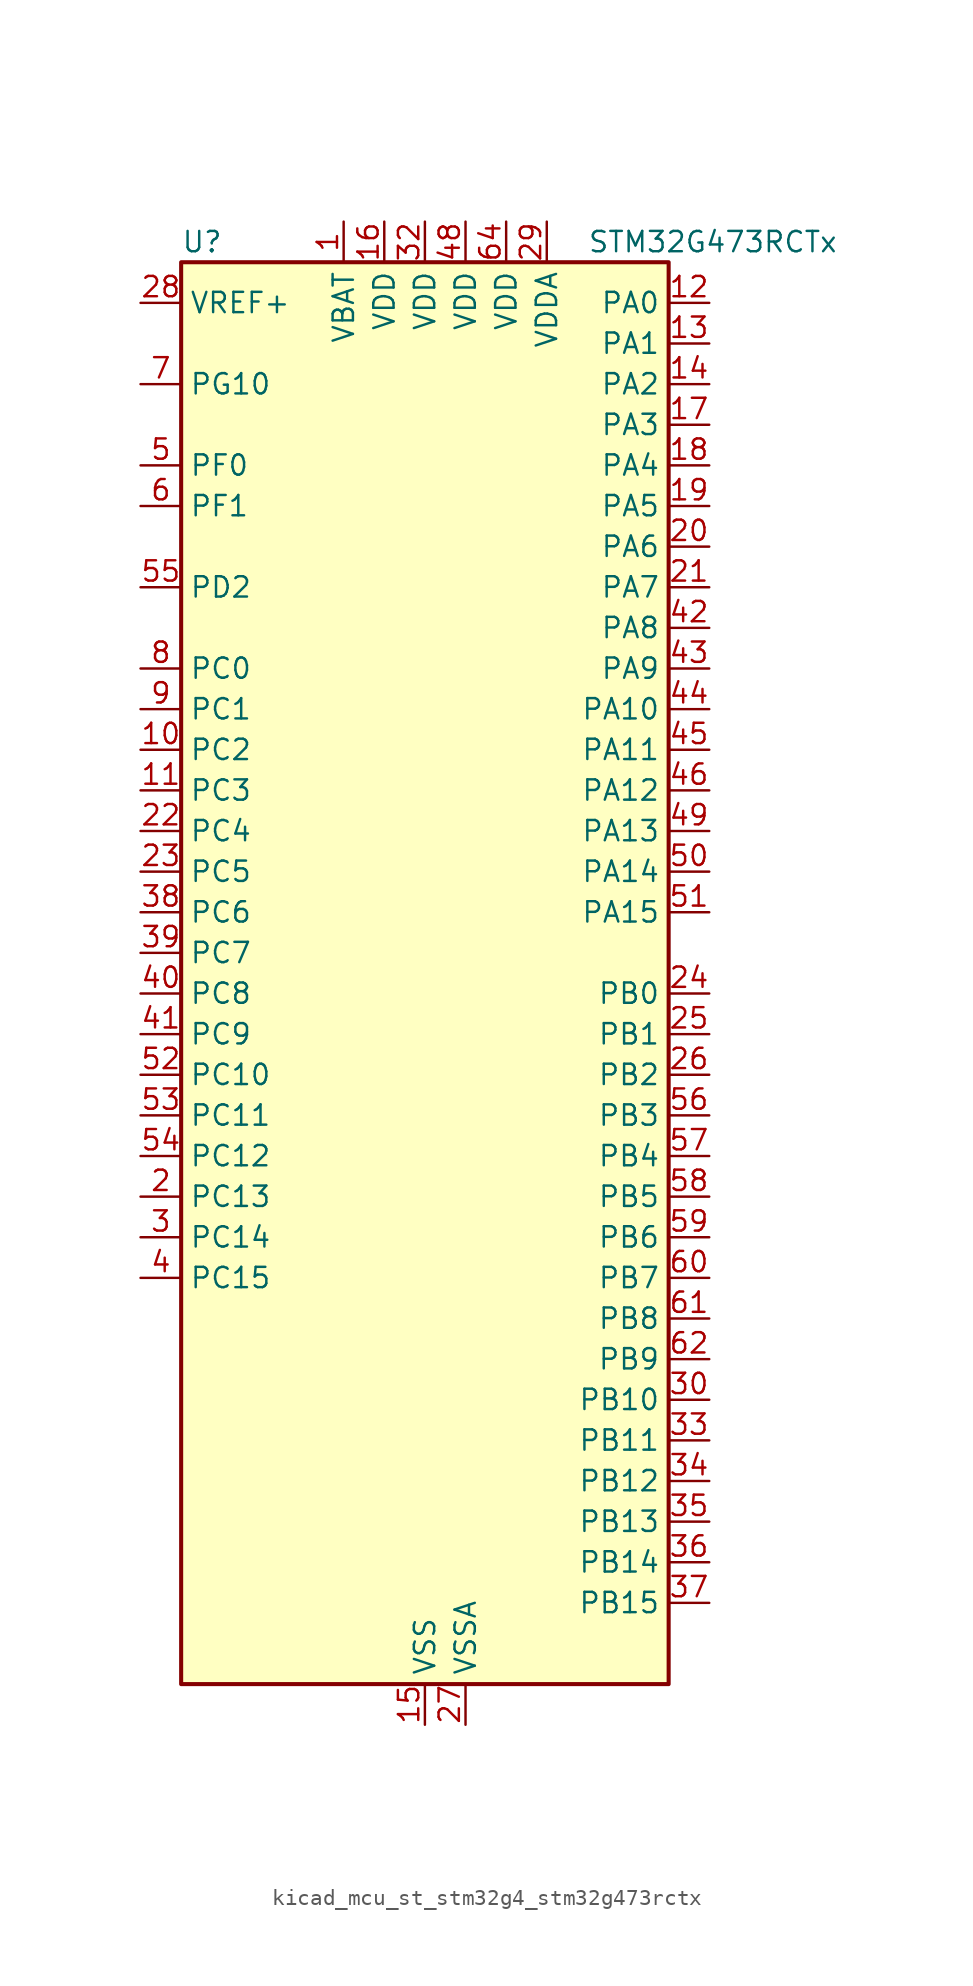
<source format=kicad_sym>
(kicad_symbol_lib
  (version 20220914)
  (generator kicad_symbol_editor)
  (symbol "kicad_mcu_st_stm32g4_stm32g473rctx"
    (property "Reference" "U"
      (at -15.24 46.99 0)
      (effects (font (size 1.27 1.27)) (justify left)))
    (property "Value" "STM32G473RCTx"
      (at 10.16 46.99 0)
      (effects (font (size 1.27 1.27)) (justify left)))
    (property "ki_locked" ""
      (at 0 0 0)
      (effects (font (size 1.27 1.27))))
    (symbol "kicad_mcu_st_stm32g4_stm32g473rctx_0_1"
      (rectangle (start -15.24 -43.18) (end 15.24 45.72) (stroke (width 0.254) (type default)) (fill (type background))))
    (symbol "kicad_mcu_st_stm32g4_stm32g473rctx_1_1"
      (pin power_in line (at -5.08 48.26 270) (length 2.54) (name "VBAT" (effects (font (size 1.27 1.27)))) (number "1" (effects (font (size 1.27 1.27)))))
      (pin bidirectional line (at -17.78 15.24 0) (length 2.54) (name "PC2" (effects (font (size 1.27 1.27)))) (number "10" (effects (font (size 1.27 1.27)))) (alternate "ADC1_IN8" bidirectional line) (alternate "ADC2_IN8" bidirectional line) (alternate "ADC3_EXTI2" bidirectional line) (alternate "ADC4_EXTI2" bidirectional line) (alternate "ADC5_EXTI2" bidirectional line) (alternate "COMP3_OUT" bidirectional line) (alternate "LPTIM1_IN2" bidirectional line) (alternate "QUADSPI1_BK2_IO1" bidirectional line) (alternate "TIM1_CH3" bidirectional line) (alternate "TIM20_CH2" bidirectional line))
      (pin bidirectional line (at -17.78 12.7 0) (length 2.54) (name "PC3" (effects (font (size 1.27 1.27)))) (number "11" (effects (font (size 1.27 1.27)))) (alternate "ADC1_IN9" bidirectional line) (alternate "ADC2_IN9" bidirectional line) (alternate "ADC3_EXTI3" bidirectional line) (alternate "ADC4_EXTI3" bidirectional line) (alternate "ADC5_EXTI3" bidirectional line) (alternate "LPTIM1_ETR" bidirectional line) (alternate "OPAMP5_VINP" bidirectional line) (alternate "OPAMP5_VINP_SEC" bidirectional line) (alternate "QUADSPI1_BK2_IO2" bidirectional line) (alternate "SAI1_D1" bidirectional line) (alternate "SAI1_SD_A" bidirectional line) (alternate "TIM1_BKIN2" bidirectional line) (alternate "TIM1_CH4" bidirectional line))
      (pin bidirectional line (at 17.78 43.18 180) (length 2.54) (name "PA0" (effects (font (size 1.27 1.27)))) (number "12" (effects (font (size 1.27 1.27)))) (alternate "ADC1_IN1" bidirectional line) (alternate "ADC2_IN1" bidirectional line) (alternate "COMP1_INM" bidirectional line) (alternate "COMP1_OUT" bidirectional line) (alternate "COMP3_INP" bidirectional line) (alternate "RTC_TAMP2" bidirectional line) (alternate "SYS_WKUP1" bidirectional line) (alternate "TIM2_CH1" bidirectional line) (alternate "TIM2_ETR" bidirectional line) (alternate "TIM5_CH1" bidirectional line) (alternate "TIM8_BKIN" bidirectional line) (alternate "TIM8_ETR" bidirectional line) (alternate "USART2_CTS" bidirectional line) (alternate "USART2_NSS" bidirectional line))
      (pin bidirectional line (at 17.78 40.64 180) (length 2.54) (name "PA1" (effects (font (size 1.27 1.27)))) (number "13" (effects (font (size 1.27 1.27)))) (alternate "ADC1_IN2" bidirectional line) (alternate "ADC2_IN2" bidirectional line) (alternate "COMP1_INP" bidirectional line) (alternate "OPAMP1_VINP" bidirectional line) (alternate "OPAMP1_VINP_SEC" bidirectional line) (alternate "OPAMP3_VINP" bidirectional line) (alternate "OPAMP3_VINP_SEC" bidirectional line) (alternate "OPAMP6_VINM" bidirectional line) (alternate "OPAMP6_VINM0" bidirectional line) (alternate "OPAMP6_VINM_SEC" bidirectional line) (alternate "RTC_REFIN" bidirectional line) (alternate "TIM15_CH1N" bidirectional line) (alternate "TIM2_CH2" bidirectional line) (alternate "TIM5_CH2" bidirectional line) (alternate "USART2_DE" bidirectional line) (alternate "USART2_RTS" bidirectional line))
      (pin bidirectional line (at 17.78 38.1 180) (length 2.54) (name "PA2" (effects (font (size 1.27 1.27)))) (number "14" (effects (font (size 1.27 1.27)))) (alternate "ADC1_IN3" bidirectional line) (alternate "ADC3_EXTI2" bidirectional line) (alternate "ADC4_EXTI2" bidirectional line) (alternate "ADC5_EXTI2" bidirectional line) (alternate "COMP2_INM" bidirectional line) (alternate "COMP2_OUT" bidirectional line) (alternate "LPUART1_TX" bidirectional line) (alternate "OPAMP1_VOUT" bidirectional line) (alternate "QUADSPI1_BK1_NCS" bidirectional line) (alternate "RCC_LSCO" bidirectional line) (alternate "SYS_WKUP4" bidirectional line) (alternate "TIM15_CH1" bidirectional line) (alternate "TIM2_CH3" bidirectional line) (alternate "TIM5_CH3" bidirectional line) (alternate "UCPD1_FRSTX1" bidirectional line) (alternate "UCPD1_FRSTX2" bidirectional line) (alternate "USART2_TX" bidirectional line))
      (pin power_in line (at 0 -45.72 90) (length 2.54) (name "VSS" (effects (font (size 1.27 1.27)))) (number "15" (effects (font (size 1.27 1.27)))))
      (pin power_in line (at -2.54 48.26 270) (length 2.54) (name "VDD" (effects (font (size 1.27 1.27)))) (number "16" (effects (font (size 1.27 1.27)))))
      (pin bidirectional line (at 17.78 35.56 180) (length 2.54) (name "PA3" (effects (font (size 1.27 1.27)))) (number "17" (effects (font (size 1.27 1.27)))) (alternate "ADC1_IN4" bidirectional line) (alternate "ADC3_EXTI3" bidirectional line) (alternate "ADC4_EXTI3" bidirectional line) (alternate "ADC5_EXTI3" bidirectional line) (alternate "COMP2_INP" bidirectional line) (alternate "LPUART1_RX" bidirectional line) (alternate "OPAMP1_VINM" bidirectional line) (alternate "OPAMP1_VINM0" bidirectional line) (alternate "OPAMP1_VINM_SEC" bidirectional line) (alternate "OPAMP1_VINP" bidirectional line) (alternate "OPAMP1_VINP_SEC" bidirectional line) (alternate "OPAMP5_VINM" bidirectional line) (alternate "OPAMP5_VINM1" bidirectional line) (alternate "OPAMP5_VINM_SEC" bidirectional line) (alternate "QUADSPI1_CLK" bidirectional line) (alternate "SAI1_CK1" bidirectional line) (alternate "SAI1_MCLK_A" bidirectional line) (alternate "TIM15_CH2" bidirectional line) (alternate "TIM2_CH4" bidirectional line) (alternate "TIM5_CH4" bidirectional line) (alternate "USART2_RX" bidirectional line))
      (pin bidirectional line (at 17.78 33.02 180) (length 2.54) (name "PA4" (effects (font (size 1.27 1.27)))) (number "18" (effects (font (size 1.27 1.27)))) (alternate "ADC2_IN17" bidirectional line) (alternate "COMP1_INM" bidirectional line) (alternate "DAC1_OUT1" bidirectional line) (alternate "I2S3_WS" bidirectional line) (alternate "SAI1_FS_B" bidirectional line) (alternate "SPI1_NSS" bidirectional line) (alternate "SPI3_NSS" bidirectional line) (alternate "TIM3_CH2" bidirectional line) (alternate "USART2_CK" bidirectional line))
      (pin bidirectional line (at 17.78 30.48 180) (length 2.54) (name "PA5" (effects (font (size 1.27 1.27)))) (number "19" (effects (font (size 1.27 1.27)))) (alternate "ADC2_IN13" bidirectional line) (alternate "COMP2_INM" bidirectional line) (alternate "DAC1_OUT2" bidirectional line) (alternate "OPAMP2_VINM" bidirectional line) (alternate "OPAMP2_VINM0" bidirectional line) (alternate "OPAMP2_VINM_SEC" bidirectional line) (alternate "SPI1_SCK" bidirectional line) (alternate "TIM2_CH1" bidirectional line) (alternate "TIM2_ETR" bidirectional line) (alternate "UCPD1_FRSTX1" bidirectional line) (alternate "UCPD1_FRSTX2" bidirectional line))
      (pin bidirectional line (at -17.78 -12.7 0) (length 2.54) (name "PC13" (effects (font (size 1.27 1.27)))) (number "2" (effects (font (size 1.27 1.27)))) (alternate "RTC_OUT1" bidirectional line) (alternate "RTC_TAMP1" bidirectional line) (alternate "RTC_TS" bidirectional line) (alternate "SYS_WKUP2" bidirectional line) (alternate "TIM1_BKIN" bidirectional line) (alternate "TIM1_CH1N" bidirectional line) (alternate "TIM8_CH4N" bidirectional line))
      (pin bidirectional line (at 17.78 27.94 180) (length 2.54) (name "PA6" (effects (font (size 1.27 1.27)))) (number "20" (effects (font (size 1.27 1.27)))) (alternate "ADC2_IN3" bidirectional line) (alternate "COMP1_OUT" bidirectional line) (alternate "DAC2_OUT1" bidirectional line) (alternate "LPUART1_CTS" bidirectional line) (alternate "OPAMP2_VOUT" bidirectional line) (alternate "QUADSPI1_BK1_IO3" bidirectional line) (alternate "SPI1_MISO" bidirectional line) (alternate "TIM16_CH1" bidirectional line) (alternate "TIM1_BKIN" bidirectional line) (alternate "TIM3_CH1" bidirectional line) (alternate "TIM8_BKIN" bidirectional line))
      (pin bidirectional line (at 17.78 25.4 180) (length 2.54) (name "PA7" (effects (font (size 1.27 1.27)))) (number "21" (effects (font (size 1.27 1.27)))) (alternate "ADC2_IN4" bidirectional line) (alternate "COMP2_INP" bidirectional line) (alternate "COMP2_OUT" bidirectional line) (alternate "OPAMP1_VINP" bidirectional line) (alternate "OPAMP1_VINP_SEC" bidirectional line) (alternate "OPAMP2_VINP" bidirectional line) (alternate "OPAMP2_VINP_SEC" bidirectional line) (alternate "QUADSPI1_BK1_IO2" bidirectional line) (alternate "SPI1_MOSI" bidirectional line) (alternate "TIM17_CH1" bidirectional line) (alternate "TIM1_CH1N" bidirectional line) (alternate "TIM3_CH2" bidirectional line) (alternate "TIM8_CH1N" bidirectional line) (alternate "UCPD1_FRSTX1" bidirectional line) (alternate "UCPD1_FRSTX2" bidirectional line))
      (pin bidirectional line (at -17.78 10.16 0) (length 2.54) (name "PC4" (effects (font (size 1.27 1.27)))) (number "22" (effects (font (size 1.27 1.27)))) (alternate "ADC2_IN5" bidirectional line) (alternate "I2C2_SCL" bidirectional line) (alternate "QUADSPI1_BK2_IO3" bidirectional line) (alternate "TIM1_ETR" bidirectional line) (alternate "USART1_TX" bidirectional line))
      (pin bidirectional line (at -17.78 7.62 0) (length 2.54) (name "PC5" (effects (font (size 1.27 1.27)))) (number "23" (effects (font (size 1.27 1.27)))) (alternate "ADC2_IN11" bidirectional line) (alternate "OPAMP1_VINM" bidirectional line) (alternate "OPAMP1_VINM1" bidirectional line) (alternate "OPAMP1_VINM_SEC" bidirectional line) (alternate "OPAMP2_VINM" bidirectional line) (alternate "OPAMP2_VINM1" bidirectional line) (alternate "OPAMP2_VINM_SEC" bidirectional line) (alternate "SAI1_D3" bidirectional line) (alternate "SYS_WKUP5" bidirectional line) (alternate "TIM15_BKIN" bidirectional line) (alternate "TIM1_CH4N" bidirectional line) (alternate "USART1_RX" bidirectional line))
      (pin bidirectional line (at 17.78 0 180) (length 2.54) (name "PB0" (effects (font (size 1.27 1.27)))) (number "24" (effects (font (size 1.27 1.27)))) (alternate "ADC1_IN15" bidirectional line) (alternate "ADC3_IN12" bidirectional line) (alternate "COMP4_INP" bidirectional line) (alternate "OPAMP2_VINP" bidirectional line) (alternate "OPAMP2_VINP_SEC" bidirectional line) (alternate "OPAMP3_VINP" bidirectional line) (alternate "OPAMP3_VINP_SEC" bidirectional line) (alternate "QUADSPI1_BK1_IO1" bidirectional line) (alternate "TIM1_CH2N" bidirectional line) (alternate "TIM3_CH3" bidirectional line) (alternate "TIM8_CH2N" bidirectional line) (alternate "UCPD1_FRSTX1" bidirectional line) (alternate "UCPD1_FRSTX2" bidirectional line))
      (pin bidirectional line (at 17.78 -2.54 180) (length 2.54) (name "PB1" (effects (font (size 1.27 1.27)))) (number "25" (effects (font (size 1.27 1.27)))) (alternate "ADC1_IN12" bidirectional line) (alternate "ADC3_IN1" bidirectional line) (alternate "COMP1_INP" bidirectional line) (alternate "COMP4_OUT" bidirectional line) (alternate "LPUART1_DE" bidirectional line) (alternate "LPUART1_RTS" bidirectional line) (alternate "OPAMP3_VOUT" bidirectional line) (alternate "OPAMP6_VINM" bidirectional line) (alternate "OPAMP6_VINM1" bidirectional line) (alternate "OPAMP6_VINM_SEC" bidirectional line) (alternate "QUADSPI1_BK1_IO0" bidirectional line) (alternate "TIM1_CH3N" bidirectional line) (alternate "TIM3_CH4" bidirectional line) (alternate "TIM8_CH3N" bidirectional line))
      (pin bidirectional line (at 17.78 -5.08 180) (length 2.54) (name "PB2" (effects (font (size 1.27 1.27)))) (number "26" (effects (font (size 1.27 1.27)))) (alternate "ADC2_IN12" bidirectional line) (alternate "ADC3_EXTI2" bidirectional line) (alternate "ADC4_EXTI2" bidirectional line) (alternate "ADC5_EXTI2" bidirectional line) (alternate "COMP4_INM" bidirectional line) (alternate "I2C3_SMBA" bidirectional line) (alternate "LPTIM1_OUT" bidirectional line) (alternate "OPAMP3_VINM" bidirectional line) (alternate "OPAMP3_VINM0" bidirectional line) (alternate "OPAMP3_VINM_SEC" bidirectional line) (alternate "QUADSPI1_BK2_IO1" bidirectional line) (alternate "RTC_OUT2" bidirectional line) (alternate "TIM20_CH1" bidirectional line) (alternate "TIM5_CH1" bidirectional line))
      (pin power_in line (at 2.54 -45.72 90) (length 2.54) (name "VSSA" (effects (font (size 1.27 1.27)))) (number "27" (effects (font (size 1.27 1.27)))))
      (pin input line (at -17.78 43.18 0) (length 2.54) (name "VREF+" (effects (font (size 1.27 1.27)))) (number "28" (effects (font (size 1.27 1.27)))) (alternate "VREFBUF_OUT" bidirectional line))
      (pin power_in line (at 7.62 48.26 270) (length 2.54) (name "VDDA" (effects (font (size 1.27 1.27)))) (number "29" (effects (font (size 1.27 1.27)))))
      (pin bidirectional line (at -17.78 -15.24 0) (length 2.54) (name "PC14" (effects (font (size 1.27 1.27)))) (number "3" (effects (font (size 1.27 1.27)))) (alternate "RCC_OSC32_IN" bidirectional line))
      (pin bidirectional line (at 17.78 -25.4 180) (length 2.54) (name "PB10" (effects (font (size 1.27 1.27)))) (number "30" (effects (font (size 1.27 1.27)))) (alternate "COMP5_INM" bidirectional line) (alternate "DAC1_EXTI10" bidirectional line) (alternate "DAC2_EXTI10" bidirectional line) (alternate "DAC3_EXTI10" bidirectional line) (alternate "DAC4_EXTI10" bidirectional line) (alternate "LPUART1_RX" bidirectional line) (alternate "OPAMP3_VINM" bidirectional line) (alternate "OPAMP3_VINM1" bidirectional line) (alternate "OPAMP3_VINM_SEC" bidirectional line) (alternate "OPAMP4_VINM" bidirectional line) (alternate "OPAMP4_VINM0" bidirectional line) (alternate "OPAMP4_VINM_SEC" bidirectional line) (alternate "QUADSPI1_CLK" bidirectional line) (alternate "SAI1_SCK_A" bidirectional line) (alternate "TIM1_BKIN" bidirectional line) (alternate "TIM2_CH3" bidirectional line) (alternate "USART3_TX" bidirectional line))
      (pin passive line (at 0 -45.72 90) (length 2.54) hide (name "VSS" (effects (font (size 1.27 1.27)))) (number "31" (effects (font (size 1.27 1.27)))))
      (pin power_in line (at 0 48.26 270) (length 2.54) (name "VDD" (effects (font (size 1.27 1.27)))) (number "32" (effects (font (size 1.27 1.27)))))
      (pin bidirectional line (at 17.78 -27.94 180) (length 2.54) (name "PB11" (effects (font (size 1.27 1.27)))) (number "33" (effects (font (size 1.27 1.27)))) (alternate "ADC1_EXTI11" bidirectional line) (alternate "ADC1_IN14" bidirectional line) (alternate "ADC2_EXTI11" bidirectional line) (alternate "ADC2_IN14" bidirectional line) (alternate "COMP6_INP" bidirectional line) (alternate "LPUART1_TX" bidirectional line) (alternate "OPAMP4_VINP" bidirectional line) (alternate "OPAMP4_VINP_SEC" bidirectional line) (alternate "OPAMP6_VOUT" bidirectional line) (alternate "QUADSPI1_BK1_NCS" bidirectional line) (alternate "TIM2_CH4" bidirectional line) (alternate "USART3_RX" bidirectional line))
      (pin bidirectional line (at 17.78 -30.48 180) (length 2.54) (name "PB12" (effects (font (size 1.27 1.27)))) (number "34" (effects (font (size 1.27 1.27)))) (alternate "ADC1_IN11" bidirectional line) (alternate "ADC4_IN3" bidirectional line) (alternate "COMP7_INM" bidirectional line) (alternate "FDCAN2_RX" bidirectional line) (alternate "I2C2_SMBA" bidirectional line) (alternate "I2S2_WS" bidirectional line) (alternate "LPUART1_DE" bidirectional line) (alternate "LPUART1_RTS" bidirectional line) (alternate "OPAMP4_VOUT" bidirectional line) (alternate "OPAMP6_VINP" bidirectional line) (alternate "OPAMP6_VINP_SEC" bidirectional line) (alternate "SPI2_NSS" bidirectional line) (alternate "TIM1_BKIN" bidirectional line) (alternate "TIM5_ETR" bidirectional line) (alternate "USART3_CK" bidirectional line))
      (pin bidirectional line (at 17.78 -33.02 180) (length 2.54) (name "PB13" (effects (font (size 1.27 1.27)))) (number "35" (effects (font (size 1.27 1.27)))) (alternate "ADC3_IN5" bidirectional line) (alternate "COMP5_INP" bidirectional line) (alternate "FDCAN2_TX" bidirectional line) (alternate "I2S2_CK" bidirectional line) (alternate "LPUART1_CTS" bidirectional line) (alternate "OPAMP3_VINP" bidirectional line) (alternate "OPAMP3_VINP_SEC" bidirectional line) (alternate "OPAMP4_VINP" bidirectional line) (alternate "OPAMP4_VINP_SEC" bidirectional line) (alternate "OPAMP6_VINP" bidirectional line) (alternate "OPAMP6_VINP_SEC" bidirectional line) (alternate "SPI2_SCK" bidirectional line) (alternate "TIM1_CH1N" bidirectional line) (alternate "USART3_CTS" bidirectional line) (alternate "USART3_NSS" bidirectional line))
      (pin bidirectional line (at 17.78 -35.56 180) (length 2.54) (name "PB14" (effects (font (size 1.27 1.27)))) (number "36" (effects (font (size 1.27 1.27)))) (alternate "ADC1_IN5" bidirectional line) (alternate "ADC4_IN4" bidirectional line) (alternate "COMP4_OUT" bidirectional line) (alternate "COMP7_INP" bidirectional line) (alternate "OPAMP2_VINP" bidirectional line) (alternate "OPAMP2_VINP_SEC" bidirectional line) (alternate "OPAMP5_VINP" bidirectional line) (alternate "OPAMP5_VINP_SEC" bidirectional line) (alternate "SPI2_MISO" bidirectional line) (alternate "TIM15_CH1" bidirectional line) (alternate "TIM1_CH2N" bidirectional line) (alternate "USART3_DE" bidirectional line) (alternate "USART3_RTS" bidirectional line))
      (pin bidirectional line (at 17.78 -38.1 180) (length 2.54) (name "PB15" (effects (font (size 1.27 1.27)))) (number "37" (effects (font (size 1.27 1.27)))) (alternate "ADC1_EXTI15" bidirectional line) (alternate "ADC2_EXTI15" bidirectional line) (alternate "ADC2_IN15" bidirectional line) (alternate "ADC4_IN5" bidirectional line) (alternate "COMP3_OUT" bidirectional line) (alternate "COMP6_INM" bidirectional line) (alternate "I2S2_SD" bidirectional line) (alternate "OPAMP5_VINM" bidirectional line) (alternate "OPAMP5_VINM0" bidirectional line) (alternate "OPAMP5_VINM_SEC" bidirectional line) (alternate "RTC_REFIN" bidirectional line) (alternate "SPI2_MOSI" bidirectional line) (alternate "TIM15_CH1N" bidirectional line) (alternate "TIM15_CH2" bidirectional line) (alternate "TIM1_CH3N" bidirectional line))
      (pin bidirectional line (at -17.78 5.08 0) (length 2.54) (name "PC6" (effects (font (size 1.27 1.27)))) (number "38" (effects (font (size 1.27 1.27)))) (alternate "COMP6_OUT" bidirectional line) (alternate "I2C4_SCL" bidirectional line) (alternate "I2S2_MCK" bidirectional line) (alternate "TIM3_CH1" bidirectional line) (alternate "TIM8_CH1" bidirectional line))
      (pin bidirectional line (at -17.78 2.54 0) (length 2.54) (name "PC7" (effects (font (size 1.27 1.27)))) (number "39" (effects (font (size 1.27 1.27)))) (alternate "COMP5_OUT" bidirectional line) (alternate "I2C4_SDA" bidirectional line) (alternate "I2S3_MCK" bidirectional line) (alternate "TIM3_CH2" bidirectional line) (alternate "TIM8_CH2" bidirectional line))
      (pin bidirectional line (at -17.78 -17.78 0) (length 2.54) (name "PC15" (effects (font (size 1.27 1.27)))) (number "4" (effects (font (size 1.27 1.27)))) (alternate "ADC1_EXTI15" bidirectional line) (alternate "ADC2_EXTI15" bidirectional line) (alternate "RCC_OSC32_OUT" bidirectional line))
      (pin bidirectional line (at -17.78 0 0) (length 2.54) (name "PC8" (effects (font (size 1.27 1.27)))) (number "40" (effects (font (size 1.27 1.27)))) (alternate "COMP7_OUT" bidirectional line) (alternate "I2C3_SCL" bidirectional line) (alternate "TIM20_CH3" bidirectional line) (alternate "TIM3_CH3" bidirectional line) (alternate "TIM8_CH3" bidirectional line))
      (pin bidirectional line (at -17.78 -2.54 0) (length 2.54) (name "PC9" (effects (font (size 1.27 1.27)))) (number "41" (effects (font (size 1.27 1.27)))) (alternate "DAC1_EXTI9" bidirectional line) (alternate "DAC2_EXTI9" bidirectional line) (alternate "DAC3_EXTI9" bidirectional line) (alternate "DAC4_EXTI9" bidirectional line) (alternate "I2C3_SDA" bidirectional line) (alternate "I2S_CKIN" bidirectional line) (alternate "TIM3_CH4" bidirectional line) (alternate "TIM8_BKIN2" bidirectional line) (alternate "TIM8_CH4" bidirectional line))
      (pin bidirectional line (at 17.78 22.86 180) (length 2.54) (name "PA8" (effects (font (size 1.27 1.27)))) (number "42" (effects (font (size 1.27 1.27)))) (alternate "ADC5_IN1" bidirectional line) (alternate "COMP7_OUT" bidirectional line) (alternate "FDCAN3_RX" bidirectional line) (alternate "I2C2_SDA" bidirectional line) (alternate "I2C3_SCL" bidirectional line) (alternate "I2S2_MCK" bidirectional line) (alternate "OPAMP5_VOUT" bidirectional line) (alternate "RCC_MCO" bidirectional line) (alternate "SAI1_CK2" bidirectional line) (alternate "SAI1_SCK_A" bidirectional line) (alternate "TIM1_CH1" bidirectional line) (alternate "TIM4_ETR" bidirectional line) (alternate "USART1_CK" bidirectional line))
      (pin bidirectional line (at 17.78 20.32 180) (length 2.54) (name "PA9" (effects (font (size 1.27 1.27)))) (number "43" (effects (font (size 1.27 1.27)))) (alternate "ADC5_IN2" bidirectional line) (alternate "COMP5_OUT" bidirectional line) (alternate "DAC1_EXTI9" bidirectional line) (alternate "DAC2_EXTI9" bidirectional line) (alternate "DAC3_EXTI9" bidirectional line) (alternate "DAC4_EXTI9" bidirectional line) (alternate "I2C2_SCL" bidirectional line) (alternate "I2C3_SMBA" bidirectional line) (alternate "I2S3_MCK" bidirectional line) (alternate "SAI1_FS_A" bidirectional line) (alternate "TIM15_BKIN" bidirectional line) (alternate "TIM1_CH2" bidirectional line) (alternate "TIM2_CH3" bidirectional line) (alternate "UCPD1_DBCC1" bidirectional line) (alternate "USART1_TX" bidirectional line))
      (pin bidirectional line (at 17.78 17.78 180) (length 2.54) (name "PA10" (effects (font (size 1.27 1.27)))) (number "44" (effects (font (size 1.27 1.27)))) (alternate "COMP6_OUT" bidirectional line) (alternate "CRS_SYNC" bidirectional line) (alternate "DAC1_EXTI10" bidirectional line) (alternate "DAC2_EXTI10" bidirectional line) (alternate "DAC3_EXTI10" bidirectional line) (alternate "DAC4_EXTI10" bidirectional line) (alternate "I2C2_SMBA" bidirectional line) (alternate "SAI1_D1" bidirectional line) (alternate "SAI1_SD_A" bidirectional line) (alternate "SPI2_MISO" bidirectional line) (alternate "TIM17_BKIN" bidirectional line) (alternate "TIM1_CH3" bidirectional line) (alternate "TIM2_CH4" bidirectional line) (alternate "TIM8_BKIN" bidirectional line) (alternate "UCPD1_DBCC2" bidirectional line) (alternate "USART1_RX" bidirectional line))
      (pin bidirectional line (at 17.78 15.24 180) (length 2.54) (name "PA11" (effects (font (size 1.27 1.27)))) (number "45" (effects (font (size 1.27 1.27)))) (alternate "ADC1_EXTI11" bidirectional line) (alternate "ADC2_EXTI11" bidirectional line) (alternate "COMP1_OUT" bidirectional line) (alternate "FDCAN1_RX" bidirectional line) (alternate "I2S2_SD" bidirectional line) (alternate "SPI2_MOSI" bidirectional line) (alternate "TIM1_BKIN2" bidirectional line) (alternate "TIM1_CH1N" bidirectional line) (alternate "TIM1_CH4" bidirectional line) (alternate "TIM4_CH1" bidirectional line) (alternate "USART1_CTS" bidirectional line) (alternate "USART1_NSS" bidirectional line) (alternate "USB_DM" bidirectional line))
      (pin bidirectional line (at 17.78 12.7 180) (length 2.54) (name "PA12" (effects (font (size 1.27 1.27)))) (number "46" (effects (font (size 1.27 1.27)))) (alternate "COMP2_OUT" bidirectional line) (alternate "FDCAN1_TX" bidirectional line) (alternate "I2S_CKIN" bidirectional line) (alternate "TIM16_CH1" bidirectional line) (alternate "TIM1_CH2N" bidirectional line) (alternate "TIM1_ETR" bidirectional line) (alternate "TIM4_CH2" bidirectional line) (alternate "USART1_DE" bidirectional line) (alternate "USART1_RTS" bidirectional line) (alternate "USB_DP" bidirectional line))
      (pin passive line (at 0 -45.72 90) (length 2.54) hide (name "VSS" (effects (font (size 1.27 1.27)))) (number "47" (effects (font (size 1.27 1.27)))))
      (pin power_in line (at 2.54 48.26 270) (length 2.54) (name "VDD" (effects (font (size 1.27 1.27)))) (number "48" (effects (font (size 1.27 1.27)))))
      (pin bidirectional line (at 17.78 10.16 180) (length 2.54) (name "PA13" (effects (font (size 1.27 1.27)))) (number "49" (effects (font (size 1.27 1.27)))) (alternate "I2C1_SCL" bidirectional line) (alternate "I2C4_SCL" bidirectional line) (alternate "IR_OUT" bidirectional line) (alternate "SAI1_SD_B" bidirectional line) (alternate "SYS_JTMS-SWDIO" bidirectional line) (alternate "TIM16_CH1N" bidirectional line) (alternate "TIM4_CH3" bidirectional line) (alternate "USART3_CTS" bidirectional line) (alternate "USART3_NSS" bidirectional line))
      (pin bidirectional line (at -17.78 33.02 0) (length 2.54) (name "PF0" (effects (font (size 1.27 1.27)))) (number "5" (effects (font (size 1.27 1.27)))) (alternate "ADC1_IN10" bidirectional line) (alternate "I2C2_SDA" bidirectional line) (alternate "I2S2_WS" bidirectional line) (alternate "RCC_OSC_IN" bidirectional line) (alternate "SPI2_NSS" bidirectional line) (alternate "TIM1_CH3N" bidirectional line))
      (pin bidirectional line (at 17.78 7.62 180) (length 2.54) (name "PA14" (effects (font (size 1.27 1.27)))) (number "50" (effects (font (size 1.27 1.27)))) (alternate "I2C1_SDA" bidirectional line) (alternate "I2C4_SMBA" bidirectional line) (alternate "LPTIM1_OUT" bidirectional line) (alternate "SAI1_FS_B" bidirectional line) (alternate "SYS_JTCK-SWCLK" bidirectional line) (alternate "TIM1_BKIN" bidirectional line) (alternate "TIM8_CH2" bidirectional line) (alternate "USART2_TX" bidirectional line))
      (pin bidirectional line (at 17.78 5.08 180) (length 2.54) (name "PA15" (effects (font (size 1.27 1.27)))) (number "51" (effects (font (size 1.27 1.27)))) (alternate "ADC1_EXTI15" bidirectional line) (alternate "ADC2_EXTI15" bidirectional line) (alternate "FDCAN3_TX" bidirectional line) (alternate "I2C1_SCL" bidirectional line) (alternate "I2S3_WS" bidirectional line) (alternate "SPI1_NSS" bidirectional line) (alternate "SPI3_NSS" bidirectional line) (alternate "SYS_JTDI" bidirectional line) (alternate "TIM1_BKIN" bidirectional line) (alternate "TIM2_CH1" bidirectional line) (alternate "TIM2_ETR" bidirectional line) (alternate "TIM8_CH1" bidirectional line) (alternate "UART4_DE" bidirectional line) (alternate "UART4_RTS" bidirectional line) (alternate "USART2_RX" bidirectional line))
      (pin bidirectional line (at -17.78 -5.08 0) (length 2.54) (name "PC10" (effects (font (size 1.27 1.27)))) (number "52" (effects (font (size 1.27 1.27)))) (alternate "DAC1_EXTI10" bidirectional line) (alternate "DAC2_EXTI10" bidirectional line) (alternate "DAC3_EXTI10" bidirectional line) (alternate "DAC4_EXTI10" bidirectional line) (alternate "I2S3_CK" bidirectional line) (alternate "SPI3_SCK" bidirectional line) (alternate "TIM8_CH1N" bidirectional line) (alternate "UART4_TX" bidirectional line) (alternate "USART3_TX" bidirectional line))
      (pin bidirectional line (at -17.78 -7.62 0) (length 2.54) (name "PC11" (effects (font (size 1.27 1.27)))) (number "53" (effects (font (size 1.27 1.27)))) (alternate "ADC1_EXTI11" bidirectional line) (alternate "ADC2_EXTI11" bidirectional line) (alternate "I2C3_SDA" bidirectional line) (alternate "SPI3_MISO" bidirectional line) (alternate "TIM8_CH2N" bidirectional line) (alternate "UART4_RX" bidirectional line) (alternate "USART3_RX" bidirectional line))
      (pin bidirectional line (at -17.78 -10.16 0) (length 2.54) (name "PC12" (effects (font (size 1.27 1.27)))) (number "54" (effects (font (size 1.27 1.27)))) (alternate "I2S3_SD" bidirectional line) (alternate "SPI3_MOSI" bidirectional line) (alternate "TIM5_CH2" bidirectional line) (alternate "TIM8_CH3N" bidirectional line) (alternate "UART5_TX" bidirectional line) (alternate "UCPD1_FRSTX1" bidirectional line) (alternate "UCPD1_FRSTX2" bidirectional line) (alternate "USART3_CK" bidirectional line))
      (pin bidirectional line (at -17.78 25.4 0) (length 2.54) (name "PD2" (effects (font (size 1.27 1.27)))) (number "55" (effects (font (size 1.27 1.27)))) (alternate "ADC3_EXTI2" bidirectional line) (alternate "ADC4_EXTI2" bidirectional line) (alternate "ADC5_EXTI2" bidirectional line) (alternate "TIM3_ETR" bidirectional line) (alternate "TIM8_BKIN" bidirectional line) (alternate "UART5_RX" bidirectional line))
      (pin bidirectional line (at 17.78 -7.62 180) (length 2.54) (name "PB3" (effects (font (size 1.27 1.27)))) (number "56" (effects (font (size 1.27 1.27)))) (alternate "ADC3_EXTI3" bidirectional line) (alternate "ADC4_EXTI3" bidirectional line) (alternate "ADC5_EXTI3" bidirectional line) (alternate "CRS_SYNC" bidirectional line) (alternate "FDCAN3_RX" bidirectional line) (alternate "I2S3_CK" bidirectional line) (alternate "SAI1_SCK_B" bidirectional line) (alternate "SPI1_SCK" bidirectional line) (alternate "SPI3_SCK" bidirectional line) (alternate "SYS_JTDO-SWO" bidirectional line) (alternate "TIM2_CH2" bidirectional line) (alternate "TIM3_ETR" bidirectional line) (alternate "TIM4_ETR" bidirectional line) (alternate "TIM8_CH1N" bidirectional line) (alternate "USART2_TX" bidirectional line))
      (pin bidirectional line (at 17.78 -10.16 180) (length 2.54) (name "PB4" (effects (font (size 1.27 1.27)))) (number "57" (effects (font (size 1.27 1.27)))) (alternate "FDCAN3_TX" bidirectional line) (alternate "SAI1_MCLK_B" bidirectional line) (alternate "SPI1_MISO" bidirectional line) (alternate "SPI3_MISO" bidirectional line) (alternate "SYS_JTRST" bidirectional line) (alternate "TIM16_CH1" bidirectional line) (alternate "TIM17_BKIN" bidirectional line) (alternate "TIM3_CH1" bidirectional line) (alternate "TIM8_CH2N" bidirectional line) (alternate "UART5_DE" bidirectional line) (alternate "UART5_RTS" bidirectional line) (alternate "UCPD1_CC2" bidirectional line) (alternate "USART2_RX" bidirectional line))
      (pin bidirectional line (at 17.78 -12.7 180) (length 2.54) (name "PB5" (effects (font (size 1.27 1.27)))) (number "58" (effects (font (size 1.27 1.27)))) (alternate "FDCAN2_RX" bidirectional line) (alternate "I2C1_SMBA" bidirectional line) (alternate "I2C3_SDA" bidirectional line) (alternate "I2S3_SD" bidirectional line) (alternate "LPTIM1_IN1" bidirectional line) (alternate "SAI1_SD_B" bidirectional line) (alternate "SPI1_MOSI" bidirectional line) (alternate "SPI3_MOSI" bidirectional line) (alternate "TIM16_BKIN" bidirectional line) (alternate "TIM17_CH1" bidirectional line) (alternate "TIM3_CH2" bidirectional line) (alternate "TIM8_CH3N" bidirectional line) (alternate "UART5_CTS" bidirectional line) (alternate "USART2_CK" bidirectional line))
      (pin bidirectional line (at 17.78 -15.24 180) (length 2.54) (name "PB6" (effects (font (size 1.27 1.27)))) (number "59" (effects (font (size 1.27 1.27)))) (alternate "COMP4_OUT" bidirectional line) (alternate "FDCAN2_TX" bidirectional line) (alternate "LPTIM1_ETR" bidirectional line) (alternate "SAI1_FS_B" bidirectional line) (alternate "TIM16_CH1N" bidirectional line) (alternate "TIM4_CH1" bidirectional line) (alternate "TIM8_BKIN2" bidirectional line) (alternate "TIM8_CH1" bidirectional line) (alternate "TIM8_ETR" bidirectional line) (alternate "UCPD1_CC1" bidirectional line) (alternate "USART1_TX" bidirectional line))
      (pin bidirectional line (at -17.78 30.48 0) (length 2.54) (name "PF1" (effects (font (size 1.27 1.27)))) (number "6" (effects (font (size 1.27 1.27)))) (alternate "ADC2_IN10" bidirectional line) (alternate "COMP3_INM" bidirectional line) (alternate "I2S2_CK" bidirectional line) (alternate "RCC_OSC_OUT" bidirectional line) (alternate "SPI2_SCK" bidirectional line))
      (pin bidirectional line (at 17.78 -17.78 180) (length 2.54) (name "PB7" (effects (font (size 1.27 1.27)))) (number "60" (effects (font (size 1.27 1.27)))) (alternate "COMP3_OUT" bidirectional line) (alternate "I2C1_SDA" bidirectional line) (alternate "I2C4_SDA" bidirectional line) (alternate "LPTIM1_IN2" bidirectional line) (alternate "SYS_PVD_IN" bidirectional line) (alternate "TIM17_CH1N" bidirectional line) (alternate "TIM3_CH4" bidirectional line) (alternate "TIM4_CH2" bidirectional line) (alternate "TIM8_BKIN" bidirectional line) (alternate "UART4_CTS" bidirectional line) (alternate "USART1_RX" bidirectional line))
      (pin bidirectional line (at 17.78 -20.32 180) (length 2.54) (name "PB8" (effects (font (size 1.27 1.27)))) (number "61" (effects (font (size 1.27 1.27)))) (alternate "COMP1_OUT" bidirectional line) (alternate "FDCAN1_RX" bidirectional line) (alternate "I2C1_SCL" bidirectional line) (alternate "SAI1_CK1" bidirectional line) (alternate "SAI1_MCLK_A" bidirectional line) (alternate "TIM16_CH1" bidirectional line) (alternate "TIM1_BKIN" bidirectional line) (alternate "TIM4_CH3" bidirectional line) (alternate "TIM8_CH2" bidirectional line) (alternate "USART3_RX" bidirectional line))
      (pin bidirectional line (at 17.78 -22.86 180) (length 2.54) (name "PB9" (effects (font (size 1.27 1.27)))) (number "62" (effects (font (size 1.27 1.27)))) (alternate "COMP2_OUT" bidirectional line) (alternate "DAC1_EXTI9" bidirectional line) (alternate "DAC2_EXTI9" bidirectional line) (alternate "DAC3_EXTI9" bidirectional line) (alternate "DAC4_EXTI9" bidirectional line) (alternate "FDCAN1_TX" bidirectional line) (alternate "I2C1_SDA" bidirectional line) (alternate "IR_OUT" bidirectional line) (alternate "SAI1_D2" bidirectional line) (alternate "SAI1_FS_A" bidirectional line) (alternate "TIM17_CH1" bidirectional line) (alternate "TIM1_CH3N" bidirectional line) (alternate "TIM4_CH4" bidirectional line) (alternate "TIM8_CH3" bidirectional line) (alternate "USART3_TX" bidirectional line))
      (pin passive line (at 0 -45.72 90) (length 2.54) hide (name "VSS" (effects (font (size 1.27 1.27)))) (number "63" (effects (font (size 1.27 1.27)))))
      (pin power_in line (at 5.08 48.26 270) (length 2.54) (name "VDD" (effects (font (size 1.27 1.27)))) (number "64" (effects (font (size 1.27 1.27)))))
      (pin bidirectional line (at -17.78 38.1 0) (length 2.54) (name "PG10" (effects (font (size 1.27 1.27)))) (number "7" (effects (font (size 1.27 1.27)))) (alternate "DAC1_EXTI10" bidirectional line) (alternate "DAC2_EXTI10" bidirectional line) (alternate "DAC3_EXTI10" bidirectional line) (alternate "DAC4_EXTI10" bidirectional line) (alternate "RCC_MCO" bidirectional line))
      (pin bidirectional line (at -17.78 20.32 0) (length 2.54) (name "PC0" (effects (font (size 1.27 1.27)))) (number "8" (effects (font (size 1.27 1.27)))) (alternate "ADC1_IN6" bidirectional line) (alternate "ADC2_IN6" bidirectional line) (alternate "COMP3_INM" bidirectional line) (alternate "LPTIM1_IN1" bidirectional line) (alternate "LPUART1_RX" bidirectional line) (alternate "TIM1_CH1" bidirectional line))
      (pin bidirectional line (at -17.78 17.78 0) (length 2.54) (name "PC1" (effects (font (size 1.27 1.27)))) (number "9" (effects (font (size 1.27 1.27)))) (alternate "ADC1_IN7" bidirectional line) (alternate "ADC2_IN7" bidirectional line) (alternate "COMP3_INP" bidirectional line) (alternate "LPTIM1_OUT" bidirectional line) (alternate "LPUART1_TX" bidirectional line) (alternate "QUADSPI1_BK2_IO0" bidirectional line) (alternate "SAI1_SD_A" bidirectional line) (alternate "TIM1_CH2" bidirectional line)))))
</source>
